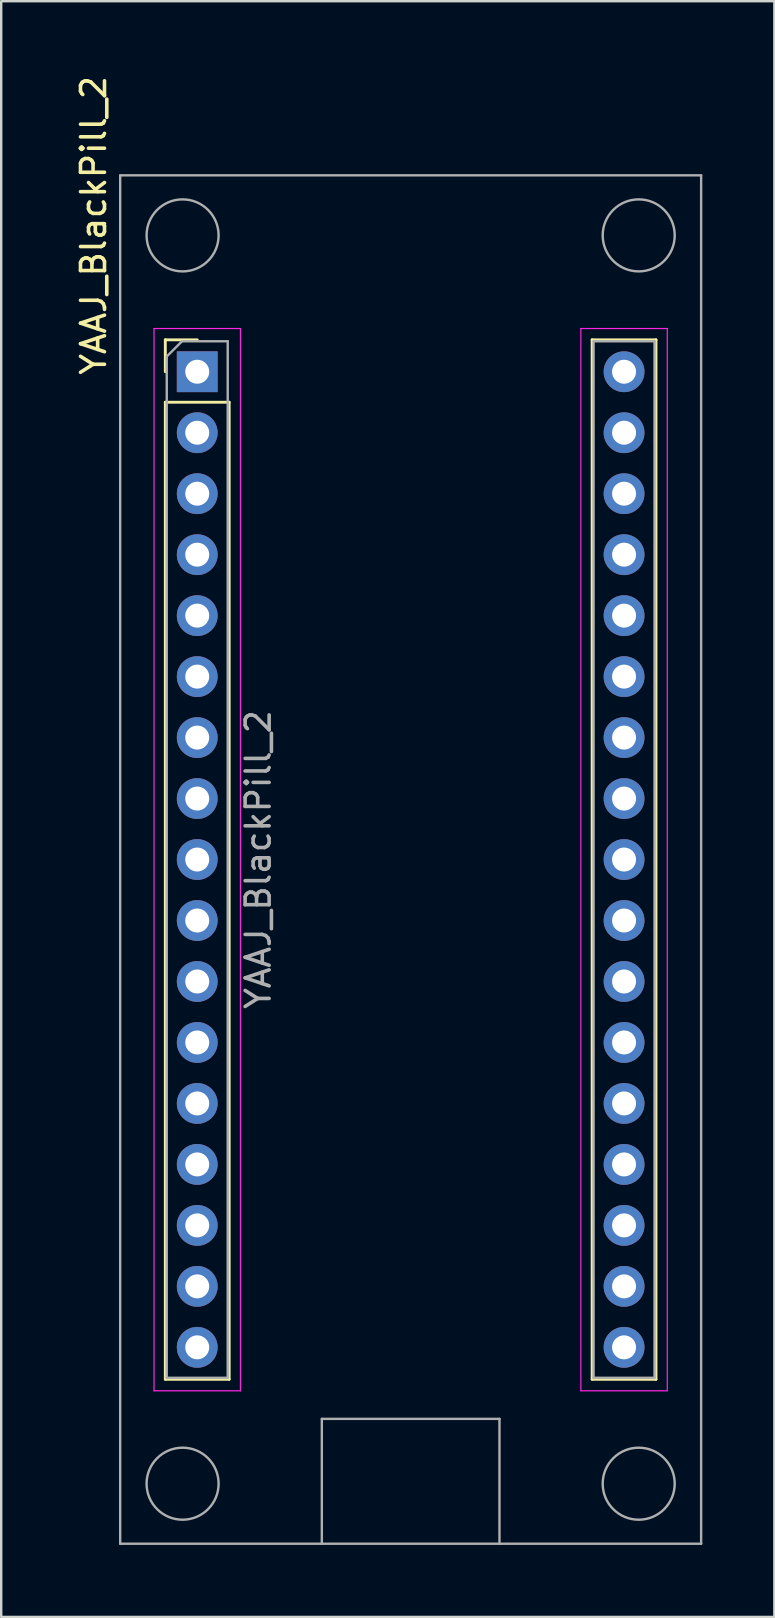
<source format=kicad_pcb>
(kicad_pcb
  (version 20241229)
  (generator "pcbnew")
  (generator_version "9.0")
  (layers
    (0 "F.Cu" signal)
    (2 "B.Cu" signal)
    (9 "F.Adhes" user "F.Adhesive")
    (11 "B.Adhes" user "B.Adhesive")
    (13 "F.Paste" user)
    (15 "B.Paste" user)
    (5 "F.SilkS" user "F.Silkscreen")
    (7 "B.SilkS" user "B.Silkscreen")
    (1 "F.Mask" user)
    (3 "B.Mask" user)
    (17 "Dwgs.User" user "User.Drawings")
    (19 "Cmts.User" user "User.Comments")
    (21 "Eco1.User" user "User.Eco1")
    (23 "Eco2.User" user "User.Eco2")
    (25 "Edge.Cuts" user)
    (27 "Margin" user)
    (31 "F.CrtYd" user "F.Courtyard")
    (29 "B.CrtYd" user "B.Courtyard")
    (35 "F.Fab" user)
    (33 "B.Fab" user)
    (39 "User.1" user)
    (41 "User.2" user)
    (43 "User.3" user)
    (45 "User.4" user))
  (footprint "YAAJ_BlackPill_2"
    (layer "F.Cu")
    (at 14.056 32.755)
    (property "Reference" "YAAJ_BlackPill_2" (at -13.208 -26.416 90) (layer "F.SilkS") (effects (font (size 1 1) (thickness 0.15))))
    (attr through_hole)
    (fp_line (start -10.22 -21.65) (end -8.89 -21.65) (stroke (width 0.12) (type solid)) (layer "F.SilkS"))
    (fp_line (start -10.22 -20.32) (end -10.22 -21.65) (stroke (width 0.12) (type solid)) (layer "F.SilkS"))
    (fp_line (start -10.22 -19.05) (end -10.22 21.65) (stroke (width 0.12) (type solid)) (layer "F.SilkS"))
    (fp_line (start -10.22 -19.05) (end -7.56 -19.05) (stroke (width 0.12) (type solid)) (layer "F.SilkS"))
    (fp_line (start -10.22 21.65) (end -7.56 21.65) (stroke (width 0.12) (type solid)) (layer "F.SilkS"))
    (fp_line (start -7.56 -19.05) (end -7.56 21.65) (stroke (width 0.12) (type solid)) (layer "F.SilkS"))
    (fp_line (start 7.56 -21.65) (end 7.56 21.65) (stroke (width 0.12) (type solid)) (layer "F.SilkS"))
    (fp_line (start 7.56 -21.65) (end 10.22 -21.65) (stroke (width 0.12) (type solid)) (layer "F.SilkS"))
    (fp_line (start 7.56 21.65) (end 10.22 21.65) (stroke (width 0.12) (type solid)) (layer "F.SilkS"))
    (fp_line (start 10.22 -21.65) (end 10.22 21.65) (stroke (width 0.12) (type solid)) (layer "F.SilkS"))
    (fp_line (start -10.69 -22.12) (end -10.69 22.13) (stroke (width 0.05) (type solid)) (layer "F.CrtYd"))
    (fp_line (start -10.69 22.13) (end -7.09 22.13) (stroke (width 0.05) (type solid)) (layer "F.CrtYd"))
    (fp_line (start -7.09 -22.12) (end -10.69 -22.12) (stroke (width 0.05) (type solid)) (layer "F.CrtYd"))
    (fp_line (start -7.09 22.13) (end -7.09 -22.12) (stroke (width 0.05) (type solid)) (layer "F.CrtYd"))
    (fp_line (start 7.09 -22.12) (end 7.09 22.13) (stroke (width 0.05) (type solid)) (layer "F.CrtYd"))
    (fp_line (start 7.09 22.13) (end 10.69 22.13) (stroke (width 0.05) (type solid)) (layer "F.CrtYd"))
    (fp_line (start 10.69 -22.12) (end 7.09 -22.12) (stroke (width 0.05) (type solid)) (layer "F.CrtYd"))
    (fp_line (start 10.69 22.13) (end 10.69 -22.12) (stroke (width 0.05) (type solid)) (layer "F.CrtYd"))
    (fp_line (start -12.1 -28.5) (end 12.1 -28.5) (stroke (width 0.1) (type solid)) (layer "F.Fab"))
    (fp_line (start -12.1 28.5) (end -12.1 -28.5) (stroke (width 0.1) (type solid)) (layer "F.Fab"))
    (fp_line (start -10.16 -20.955) (end -9.525 -21.59) (stroke (width 0.1) (type solid)) (layer "F.Fab"))
    (fp_line (start -10.16 21.59) (end -10.16 -20.955) (stroke (width 0.1) (type solid)) (layer "F.Fab"))
    (fp_line (start -9.525 -21.59) (end -7.62 -21.59) (stroke (width 0.1) (type solid)) (layer "F.Fab"))
    (fp_line (start -7.62 -21.59) (end -7.62 21.59) (stroke (width 0.1) (type solid)) (layer "F.Fab"))
    (fp_line (start -7.62 21.59) (end -10.16 21.59) (stroke (width 0.1) (type solid)) (layer "F.Fab"))
    (fp_line (start -3.7 23.3) (end -3.7 28.5) (stroke (width 0.1) (type solid)) (layer "F.Fab"))
    (fp_line (start -3.7 23.3) (end 3.7 23.3) (stroke (width 0.1) (type solid)) (layer "F.Fab"))
    (fp_line (start 3.7 23.3) (end 3.7 28.5) (stroke (width 0.1) (type solid)) (layer "F.Fab"))
    (fp_line (start 7.62 -21.59) (end 10.16 -21.59) (stroke (width 0.1) (type solid)) (layer "F.Fab"))
    (fp_line (start 7.62 21.59) (end 7.62 -21.59) (stroke (width 0.1) (type solid)) (layer "F.Fab"))
    (fp_line (start 10.16 -21.59) (end 10.16 21.59) (stroke (width 0.1) (type solid)) (layer "F.Fab"))
    (fp_line (start 10.16 21.59) (end 7.62 21.59) (stroke (width 0.1) (type solid)) (layer "F.Fab"))
    (fp_line (start 12.1 -28.5) (end 12.1 28.5) (stroke (width 0.1) (type solid)) (layer "F.Fab"))
    (fp_line (start 12.1 28.5) (end -12.1 28.5) (stroke (width 0.1) (type solid)) (layer "F.Fab"))
    (fp_circle (center -9.5 -26) (end -8 -26) (stroke (width 0.1) (type solid)) (fill no) (layer "F.Fab"))
    (fp_circle (center -9.5 26) (end -8 26) (stroke (width 0.1) (type solid)) (fill no) (layer "F.Fab"))
    (fp_circle (center 9.5 -26) (end 11 -26) (stroke (width 0.1) (type solid)) (fill no) (layer "F.Fab"))
    (fp_circle (center 9.5 26) (end 11 26) (stroke (width 0.1) (type solid)) (fill no) (layer "F.Fab"))
    (fp_text user "${REFERENCE}" (at -6.35 0 90) (layer "F.Fab") (effects (font (size 1 1) (thickness 0.15))))
    (pad "1" thru_hole rect (at -8.89 -20.32) (size 1.7 1.7) (drill 1) (layers "*.Cu" "*.Mask"))
    (pad "2" thru_hole oval (at -8.89 -17.78) (size 1.7 1.7) (drill 1) (layers "*.Cu" "*.Mask"))
    (pad "3" thru_hole oval (at -8.89 -15.24) (size 1.7 1.7) (drill 1) (layers "*.Cu" "*.Mask"))
    (pad "4" thru_hole oval (at -8.89 -12.7) (size 1.7 1.7) (drill 1) (layers "*.Cu" "*.Mask"))
    (pad "5" thru_hole oval (at -8.89 -10.16) (size 1.7 1.7) (drill 1) (layers "*.Cu" "*.Mask"))
    (pad "6" thru_hole oval (at -8.89 -7.62) (size 1.7 1.7) (drill 1) (layers "*.Cu" "*.Mask"))
    (pad "7" thru_hole oval (at -8.89 -5.08) (size 1.7 1.7) (drill 1) (layers "*.Cu" "*.Mask"))
    (pad "8" thru_hole oval (at -8.89 -2.54) (size 1.7 1.7) (drill 1) (layers "*.Cu" "*.Mask"))
    (pad "9" thru_hole oval (at -8.89 0) (size 1.7 1.7) (drill 1) (layers "*.Cu" "*.Mask"))
    (pad "10" thru_hole oval (at -8.89 2.54) (size 1.7 1.7) (drill 1) (layers "*.Cu" "*.Mask"))
    (pad "11" thru_hole oval (at -8.89 5.08) (size 1.7 1.7) (drill 1) (layers "*.Cu" "*.Mask"))
    (pad "12" thru_hole oval (at -8.89 7.62) (size 1.7 1.7) (drill 1) (layers "*.Cu" "*.Mask"))
    (pad "13" thru_hole oval (at -8.89 10.16) (size 1.7 1.7) (drill 1) (layers "*.Cu" "*.Mask"))
    (pad "14" thru_hole oval (at -8.89 12.7) (size 1.7 1.7) (drill 1) (layers "*.Cu" "*.Mask"))
    (pad "15" thru_hole oval (at -8.89 15.24) (size 1.7 1.7) (drill 1) (layers "*.Cu" "*.Mask"))
    (pad "16" thru_hole oval (at -8.89 17.78) (size 1.7 1.7) (drill 1) (layers "*.Cu" "*.Mask"))
    (pad "17" thru_hole oval (at -8.89 20.32) (size 1.7 1.7) (drill 1) (layers "*.Cu" "*.Mask"))
    (pad "18" thru_hole oval (at 8.89 20.32) (size 1.7 1.7) (drill 1) (layers "*.Cu" "*.Mask"))
    (pad "19" thru_hole oval (at 8.89 17.78) (size 1.7 1.7) (drill 1) (layers "*.Cu" "*.Mask"))
    (pad "20" thru_hole oval (at 8.89 15.24) (size 1.7 1.7) (drill 1) (layers "*.Cu" "*.Mask"))
    (pad "21" thru_hole oval (at 8.89 12.7) (size 1.7 1.7) (drill 1) (layers "*.Cu" "*.Mask"))
    (pad "22" thru_hole oval (at 8.89 10.16) (size 1.7 1.7) (drill 1) (layers "*.Cu" "*.Mask"))
    (pad "23" thru_hole oval (at 8.89 7.62) (size 1.7 1.7) (drill 1) (layers "*.Cu" "*.Mask"))
    (pad "24" thru_hole oval (at 8.89 5.08) (size 1.7 1.7) (drill 1) (layers "*.Cu" "*.Mask"))
    (pad "25" thru_hole oval (at 8.89 2.54) (size 1.7 1.7) (drill 1) (layers "*.Cu" "*.Mask"))
    (pad "26" thru_hole oval (at 8.89 0) (size 1.7 1.7) (drill 1) (layers "*.Cu" "*.Mask"))
    (pad "27" thru_hole oval (at 8.89 -2.54) (size 1.7 1.7) (drill 1) (layers "*.Cu" "*.Mask"))
    (pad "28" thru_hole oval (at 8.89 -5.08) (size 1.7 1.7) (drill 1) (layers "*.Cu" "*.Mask"))
    (pad "29" thru_hole oval (at 8.89 -7.62) (size 1.7 1.7) (drill 1) (layers "*.Cu" "*.Mask"))
    (pad "30" thru_hole oval (at 8.89 -10.16) (size 1.7 1.7) (drill 1) (layers "*.Cu" "*.Mask"))
    (pad "31" thru_hole oval (at 8.89 -12.7) (size 1.7 1.7) (drill 1) (layers "*.Cu" "*.Mask"))
    (pad "32" thru_hole oval (at 8.89 -15.24) (size 1.7 1.7) (drill 1) (layers "*.Cu" "*.Mask"))
    (pad "33" thru_hole oval (at 8.89 -17.78) (size 1.7 1.7) (drill 1) (layers "*.Cu" "*.Mask"))
    (pad "34" thru_hole oval (at 8.89 -20.32) (size 1.7 1.7) (drill 1) (layers "*.Cu" "*.Mask")))
  (gr_rect
    (start -3 -3)
    (end 29.206 64.305)
    (stroke (width 0.1) (type default))
    (fill no)
    (layer "Edge.Cuts")))
</source>
